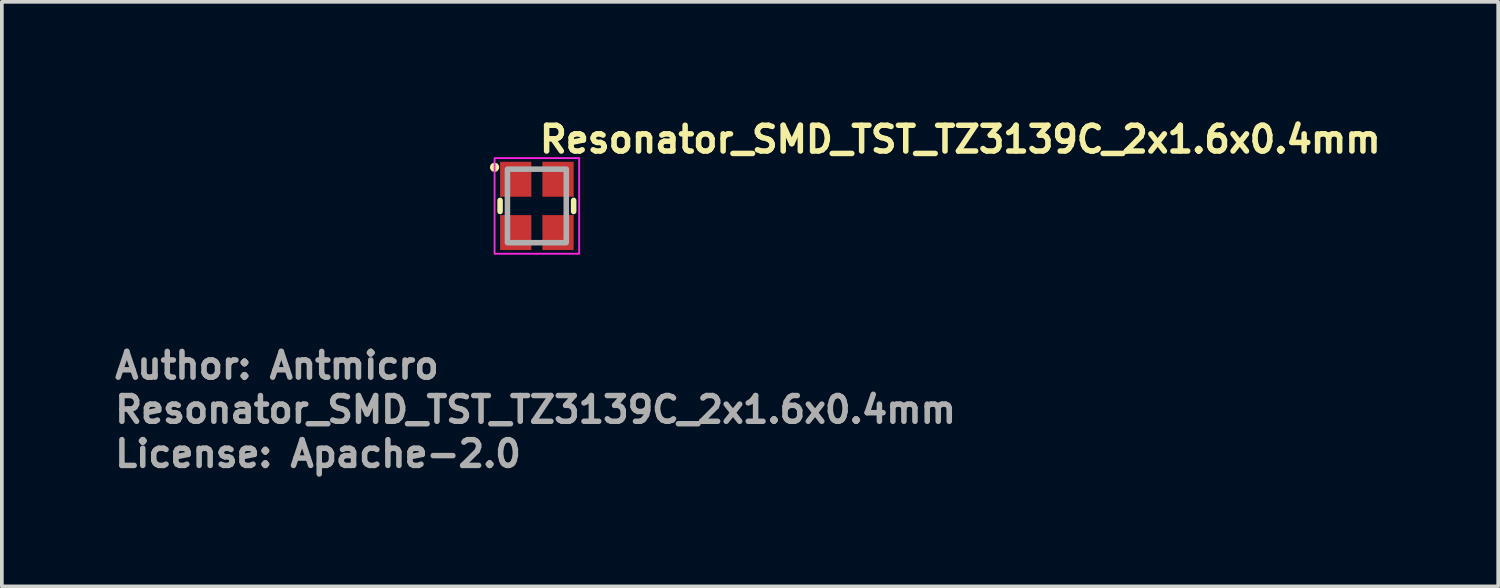
<source format=kicad_pcb>
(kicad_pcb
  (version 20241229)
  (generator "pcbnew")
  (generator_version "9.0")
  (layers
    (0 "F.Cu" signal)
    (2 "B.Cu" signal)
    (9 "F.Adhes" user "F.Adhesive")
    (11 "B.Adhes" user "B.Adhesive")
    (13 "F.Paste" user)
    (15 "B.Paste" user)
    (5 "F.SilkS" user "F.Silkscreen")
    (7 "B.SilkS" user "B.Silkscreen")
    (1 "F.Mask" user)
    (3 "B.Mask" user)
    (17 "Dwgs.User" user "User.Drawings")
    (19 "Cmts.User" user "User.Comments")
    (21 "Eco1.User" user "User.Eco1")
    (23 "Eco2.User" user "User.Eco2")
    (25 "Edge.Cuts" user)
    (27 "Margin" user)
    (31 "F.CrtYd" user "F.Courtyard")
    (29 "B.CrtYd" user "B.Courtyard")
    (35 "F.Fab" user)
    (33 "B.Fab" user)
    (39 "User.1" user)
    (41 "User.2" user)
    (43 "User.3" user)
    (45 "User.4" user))
  (footprint "Resonator_SMD_TST_TZ3139C_2x1.6x0.4mm"
    (layer "F.Cu")
    (at 11.55 2.55)
    (property "Reference" "Resonator_SMD_TST_TZ3139C_2x1.6x0.4mm" (at 0 -1.4 0) (unlocked yes) (layer "F.SilkS") (effects (font (size 0.7 0.7) (thickness 0.15)) (justify left bottom)))
    (attr smd)
    (fp_line (start -1 -0.15) (end -1 0.15) (stroke (width 0.15) (type default)) (layer "F.SilkS"))
    (fp_line (start 1 -0.15) (end 1 0.15) (stroke (width 0.15) (type default)) (layer "F.SilkS"))
    (fp_circle (center -1.15 -1.05) (end -1.1 -1.05) (stroke (width 0.15) (type solid)) (fill yes) (layer "F.SilkS"))
    (fp_rect (start -1.15 -1.3) (end 1.15 1.3) (stroke (width 0.05) (type solid)) (fill no) (layer "F.CrtYd"))
    (fp_rect (start -0.8 -1) (end 0.8 1) (stroke (width 0.15) (type solid)) (fill no) (layer "F.Fab"))
    (fp_rect (start -0.8 -1) (end 0.8 1) (stroke (width 0.1) (type solid)) (fill no) (layer "User.5"))
    (fp_line (start -0.8 -0.938) (end -0.8 -0.262) (stroke (width 0.02) (type solid)) (layer "User.9"))
    (fp_line (start -0.8 -0.262) (end -0.789 -0.261) (stroke (width 0.02) (type solid)) (layer "User.9"))
    (fp_line (start -0.8 -0.262) (end -0.789 -0.261) (stroke (width 0.02) (type solid)) (layer "User.9"))
    (fp_line (start -0.8 0.262) (end -0.8 0.938) (stroke (width 0.02) (type solid)) (layer "User.9"))
    (fp_line (start -0.8 0.938) (end -0.789 0.939) (stroke (width 0.02) (type solid)) (layer "User.9"))
    (fp_line (start -0.789 -0.939) (end -0.8 -0.938) (stroke (width 0.02) (type solid)) (layer "User.9"))
    (fp_line (start -0.789 -0.261) (end -0.777 -0.258) (stroke (width 0.02) (type solid)) (layer "User.9"))
    (fp_line (start -0.789 -0.261) (end -0.777 -0.258) (stroke (width 0.02) (type solid)) (layer "User.9"))
    (fp_line (start -0.789 0.261) (end -0.8 0.262) (stroke (width 0.02) (type solid)) (layer "User.9"))
    (fp_line (start -0.789 0.939) (end -0.777 0.942) (stroke (width 0.02) (type solid)) (layer "User.9"))
    (fp_line (start -0.777 -0.942) (end -0.789 -0.939) (stroke (width 0.02) (type solid)) (layer "User.9"))
    (fp_line (start -0.777 -0.258) (end -0.766 -0.252) (stroke (width 0.02) (type solid)) (layer "User.9"))
    (fp_line (start -0.777 -0.258) (end -0.766 -0.252) (stroke (width 0.02) (type solid)) (layer "User.9"))
    (fp_line (start -0.777 0.258) (end -0.789 0.261) (stroke (width 0.02) (type solid)) (layer "User.9"))
    (fp_line (start -0.777 0.942) (end -0.766 0.948) (stroke (width 0.02) (type solid)) (layer "User.9"))
    (fp_line (start -0.766 -0.948) (end -0.777 -0.942) (stroke (width 0.02) (type solid)) (layer "User.9"))
    (fp_line (start -0.766 -0.252) (end -0.756 -0.244) (stroke (width 0.02) (type solid)) (layer "User.9"))
    (fp_line (start -0.766 -0.252) (end -0.756 -0.244) (stroke (width 0.02) (type solid)) (layer "User.9"))
    (fp_line (start -0.766 0.252) (end -0.777 0.258) (stroke (width 0.02) (type solid)) (layer "User.9"))
    (fp_line (start -0.766 0.948) (end -0.756 0.956) (stroke (width 0.02) (type solid)) (layer "User.9"))
    (fp_line (start -0.756 -0.956) (end -0.766 -0.948) (stroke (width 0.02) (type solid)) (layer "User.9"))
    (fp_line (start -0.756 -0.244) (end -0.748 -0.234) (stroke (width 0.02) (type solid)) (layer "User.9"))
    (fp_line (start -0.756 -0.244) (end -0.748 -0.234) (stroke (width 0.02) (type solid)) (layer "User.9"))
    (fp_line (start -0.756 0.244) (end -0.766 0.252) (stroke (width 0.02) (type solid)) (layer "User.9"))
    (fp_line (start -0.756 0.956) (end -0.748 0.966) (stroke (width 0.02) (type solid)) (layer "User.9"))
    (fp_line (start -0.748 -0.966) (end -0.756 -0.956) (stroke (width 0.02) (type solid)) (layer "User.9"))
    (fp_line (start -0.748 -0.234) (end -0.742 -0.223) (stroke (width 0.02) (type solid)) (layer "User.9"))
    (fp_line (start -0.748 -0.234) (end -0.742 -0.223) (stroke (width 0.02) (type solid)) (layer "User.9"))
    (fp_line (start -0.748 0.234) (end -0.756 0.244) (stroke (width 0.02) (type solid)) (layer "User.9"))
    (fp_line (start -0.748 0.966) (end -0.742 0.977) (stroke (width 0.02) (type solid)) (layer "User.9"))
    (fp_line (start -0.742 -0.977) (end -0.748 -0.966) (stroke (width 0.02) (type solid)) (layer "User.9"))
    (fp_line (start -0.742 -0.223) (end -0.739 -0.211) (stroke (width 0.02) (type solid)) (layer "User.9"))
    (fp_line (start -0.742 -0.223) (end -0.739 -0.211) (stroke (width 0.02) (type solid)) (layer "User.9"))
    (fp_line (start -0.742 0.223) (end -0.748 0.234) (stroke (width 0.02) (type solid)) (layer "User.9"))
    (fp_line (start -0.742 0.977) (end -0.739 0.989) (stroke (width 0.02) (type solid)) (layer "User.9"))
    (fp_line (start -0.739 -0.989) (end -0.742 -0.977) (stroke (width 0.02) (type solid)) (layer "User.9"))
    (fp_line (start -0.739 -0.211) (end -0.738 -0.2) (stroke (width 0.02) (type solid)) (layer "User.9"))
    (fp_line (start -0.739 -0.211) (end -0.738 -0.2) (stroke (width 0.02) (type solid)) (layer "User.9"))
    (fp_line (start -0.739 0.211) (end -0.742 0.223) (stroke (width 0.02) (type solid)) (layer "User.9"))
    (fp_line (start -0.739 0.989) (end -0.738 1) (stroke (width 0.02) (type solid)) (layer "User.9"))
    (fp_line (start -0.738 -1) (end -0.739 -0.989) (stroke (width 0.02) (type solid)) (layer "User.9"))
    (fp_line (start -0.738 -0.2) (end -0.738 0.2) (stroke (width 0.02) (type solid)) (layer "User.9"))
    (fp_line (start -0.738 0.2) (end -0.739 0.211) (stroke (width 0.02) (type solid)) (layer "User.9"))
    (fp_line (start -0.738 1) (end 0.738 1) (stroke (width 0.02) (type solid)) (layer "User.9"))
    (fp_line (start -0.7 -0.825) (end -0.7 0.825) (stroke (width 0.02) (type solid)) (layer "User.9"))
    (fp_line (start -0.7 -0.825) (end -0.698 -0.843) (stroke (width 0.02) (type solid)) (layer "User.9"))
    (fp_line (start -0.7 -0.825) (end -0.698 -0.843) (stroke (width 0.02) (type solid)) (layer "User.9"))
    (fp_line (start -0.7 0.825) (end -0.698 0.843) (stroke (width 0.02) (type solid)) (layer "User.9"))
    (fp_line (start -0.7 0.825) (end -0.698 0.843) (stroke (width 0.02) (type solid)) (layer "User.9"))
    (fp_line (start -0.698 -0.843) (end -0.693 -0.862) (stroke (width 0.02) (type solid)) (layer "User.9"))
    (fp_line (start -0.698 -0.843) (end -0.693 -0.862) (stroke (width 0.02) (type solid)) (layer "User.9"))
    (fp_line (start -0.698 0.843) (end -0.693 0.862) (stroke (width 0.02) (type solid)) (layer "User.9"))
    (fp_line (start -0.698 0.843) (end -0.693 0.862) (stroke (width 0.02) (type solid)) (layer "User.9"))
    (fp_line (start -0.693 -0.862) (end -0.684 -0.88) (stroke (width 0.02) (type solid)) (layer "User.9"))
    (fp_line (start -0.693 -0.862) (end -0.684 -0.88) (stroke (width 0.02) (type solid)) (layer "User.9"))
    (fp_line (start -0.693 0.862) (end -0.684 0.88) (stroke (width 0.02) (type solid)) (layer "User.9"))
    (fp_line (start -0.693 0.862) (end -0.684 0.88) (stroke (width 0.02) (type solid)) (layer "User.9"))
    (fp_line (start -0.684 -0.88) (end -0.671 -0.896) (stroke (width 0.02) (type solid)) (layer "User.9"))
    (fp_line (start -0.684 -0.88) (end -0.671 -0.896) (stroke (width 0.02) (type solid)) (layer "User.9"))
    (fp_line (start -0.684 0.88) (end -0.671 0.896) (stroke (width 0.02) (type solid)) (layer "User.9"))
    (fp_line (start -0.684 0.88) (end -0.671 0.896) (stroke (width 0.02) (type solid)) (layer "User.9"))
    (fp_line (start -0.671 -0.896) (end -0.655 -0.909) (stroke (width 0.02) (type solid)) (layer "User.9"))
    (fp_line (start -0.671 -0.896) (end -0.655 -0.909) (stroke (width 0.02) (type solid)) (layer "User.9"))
    (fp_line (start -0.671 0.896) (end -0.655 0.909) (stroke (width 0.02) (type solid)) (layer "User.9"))
    (fp_line (start -0.671 0.896) (end -0.655 0.909) (stroke (width 0.02) (type solid)) (layer "User.9"))
    (fp_line (start -0.655 -0.909) (end -0.637 -0.918) (stroke (width 0.02) (type solid)) (layer "User.9"))
    (fp_line (start -0.655 -0.909) (end -0.637 -0.918) (stroke (width 0.02) (type solid)) (layer "User.9"))
    (fp_line (start -0.655 0.909) (end -0.637 0.918) (stroke (width 0.02) (type solid)) (layer "User.9"))
    (fp_line (start -0.655 0.909) (end -0.637 0.918) (stroke (width 0.02) (type solid)) (layer "User.9"))
    (fp_line (start -0.637 -0.918) (end -0.618 -0.923) (stroke (width 0.02) (type solid)) (layer "User.9"))
    (fp_line (start -0.637 -0.918) (end -0.618 -0.923) (stroke (width 0.02) (type solid)) (layer "User.9"))
    (fp_line (start -0.637 0.918) (end -0.618 0.923) (stroke (width 0.02) (type solid)) (layer "User.9"))
    (fp_line (start -0.637 0.918) (end -0.618 0.923) (stroke (width 0.02) (type solid)) (layer "User.9"))
    (fp_line (start -0.618 -0.923) (end -0.6 -0.925) (stroke (width 0.02) (type solid)) (layer "User.9"))
    (fp_line (start -0.618 -0.923) (end -0.6 -0.925) (stroke (width 0.02) (type solid)) (layer "User.9"))
    (fp_line (start -0.618 0.923) (end -0.6 0.925) (stroke (width 0.02) (type solid)) (layer "User.9"))
    (fp_line (start -0.618 0.923) (end -0.6 0.925) (stroke (width 0.02) (type solid)) (layer "User.9"))
    (fp_line (start -0.6 -0.925) (end 0.6 -0.925) (stroke (width 0.02) (type solid)) (layer "User.9"))
    (fp_line (start -0.6 0.925) (end 0.6 0.925) (stroke (width 0.02) (type solid)) (layer "User.9"))
    (fp_line (start -0.525 -0.65) (end -0.523 -0.627) (stroke (width 0.02) (type solid)) (layer "User.9"))
    (fp_line (start -0.525 -0.65) (end -0.523 -0.627) (stroke (width 0.02) (type solid)) (layer "User.9"))
    (fp_line (start -0.523 -0.673) (end -0.525 -0.65) (stroke (width 0.02) (type solid)) (layer "User.9"))
    (fp_line (start -0.523 -0.673) (end -0.525 -0.65) (stroke (width 0.02) (type solid)) (layer "User.9"))
    (fp_line (start -0.523 -0.627) (end -0.516 -0.604) (stroke (width 0.02) (type solid)) (layer "User.9"))
    (fp_line (start -0.523 -0.627) (end -0.516 -0.604) (stroke (width 0.02) (type solid)) (layer "User.9"))
    (fp_line (start -0.516 -0.696) (end -0.523 -0.673) (stroke (width 0.02) (type solid)) (layer "User.9"))
    (fp_line (start -0.516 -0.696) (end -0.523 -0.673) (stroke (width 0.02) (type solid)) (layer "User.9"))
    (fp_line (start -0.516 -0.604) (end -0.505 -0.582) (stroke (width 0.02) (type solid)) (layer "User.9"))
    (fp_line (start -0.516 -0.604) (end -0.505 -0.582) (stroke (width 0.02) (type solid)) (layer "User.9"))
    (fp_line (start -0.505 -0.718) (end -0.516 -0.696) (stroke (width 0.02) (type solid)) (layer "User.9"))
    (fp_line (start -0.505 -0.718) (end -0.516 -0.696) (stroke (width 0.02) (type solid)) (layer "User.9"))
    (fp_line (start -0.505 -0.582) (end -0.488 -0.562) (stroke (width 0.02) (type solid)) (layer "User.9"))
    (fp_line (start -0.505 -0.582) (end -0.488 -0.562) (stroke (width 0.02) (type solid)) (layer "User.9"))
    (fp_line (start -0.488 -0.738) (end -0.505 -0.718) (stroke (width 0.02) (type solid)) (layer "User.9"))
    (fp_line (start -0.488 -0.738) (end -0.505 -0.718) (stroke (width 0.02) (type solid)) (layer "User.9"))
    (fp_line (start -0.488 -0.562) (end -0.468 -0.545) (stroke (width 0.02) (type solid)) (layer "User.9"))
    (fp_line (start -0.488 -0.562) (end -0.468 -0.545) (stroke (width 0.02) (type solid)) (layer "User.9"))
    (fp_line (start -0.468 -0.755) (end -0.488 -0.738) (stroke (width 0.02) (type solid)) (layer "User.9"))
    (fp_line (start -0.468 -0.755) (end -0.488 -0.738) (stroke (width 0.02) (type solid)) (layer "User.9"))
    (fp_line (start -0.468 -0.545) (end -0.446 -0.534) (stroke (width 0.02) (type solid)) (layer "User.9"))
    (fp_line (start -0.468 -0.545) (end -0.446 -0.534) (stroke (width 0.02) (type solid)) (layer "User.9"))
    (fp_line (start -0.446 -0.766) (end -0.468 -0.755) (stroke (width 0.02) (type solid)) (layer "User.9"))
    (fp_line (start -0.446 -0.766) (end -0.468 -0.755) (stroke (width 0.02) (type solid)) (layer "User.9"))
    (fp_line (start -0.446 -0.534) (end -0.423 -0.527) (stroke (width 0.02) (type solid)) (layer "User.9"))
    (fp_line (start -0.446 -0.534) (end -0.423 -0.527) (stroke (width 0.02) (type solid)) (layer "User.9"))
    (fp_line (start -0.423 -0.773) (end -0.446 -0.766) (stroke (width 0.02) (type solid)) (layer "User.9"))
    (fp_line (start -0.423 -0.773) (end -0.446 -0.766) (stroke (width 0.02) (type solid)) (layer "User.9"))
    (fp_line (start -0.423 -0.527) (end -0.4 -0.525) (stroke (width 0.02) (type solid)) (layer "User.9"))
    (fp_line (start -0.423 -0.527) (end -0.4 -0.525) (stroke (width 0.02) (type solid)) (layer "User.9"))
    (fp_line (start -0.4 -0.775) (end -0.423 -0.773) (stroke (width 0.02) (type solid)) (layer "User.9"))
    (fp_line (start -0.4 -0.775) (end -0.423 -0.773) (stroke (width 0.02) (type solid)) (layer "User.9"))
    (fp_line (start -0.4 -0.525) (end -0.377 -0.527) (stroke (width 0.02) (type solid)) (layer "User.9"))
    (fp_line (start -0.4 -0.525) (end -0.377 -0.527) (stroke (width 0.02) (type solid)) (layer "User.9"))
    (fp_line (start -0.377 -0.773) (end -0.4 -0.775) (stroke (width 0.02) (type solid)) (layer "User.9"))
    (fp_line (start -0.377 -0.773) (end -0.4 -0.775) (stroke (width 0.02) (type solid)) (layer "User.9"))
    (fp_line (start -0.377 -0.527) (end -0.354 -0.534) (stroke (width 0.02) (type solid)) (layer "User.9"))
    (fp_line (start -0.377 -0.527) (end -0.354 -0.534) (stroke (width 0.02) (type solid)) (layer "User.9"))
    (fp_line (start -0.354 -0.766) (end -0.377 -0.773) (stroke (width 0.02) (type solid)) (layer "User.9"))
    (fp_line (start -0.354 -0.766) (end -0.377 -0.773) (stroke (width 0.02) (type solid)) (layer "User.9"))
    (fp_line (start -0.354 -0.534) (end -0.332 -0.545) (stroke (width 0.02) (type solid)) (layer "User.9"))
    (fp_line (start -0.354 -0.534) (end -0.332 -0.545) (stroke (width 0.02) (type solid)) (layer "User.9"))
    (fp_line (start -0.332 -0.755) (end -0.354 -0.766) (stroke (width 0.02) (type solid)) (layer "User.9"))
    (fp_line (start -0.332 -0.755) (end -0.354 -0.766) (stroke (width 0.02) (type solid)) (layer "User.9"))
    (fp_line (start -0.332 -0.545) (end -0.312 -0.562) (stroke (width 0.02) (type solid)) (layer "User.9"))
    (fp_line (start -0.332 -0.545) (end -0.312 -0.562) (stroke (width 0.02) (type solid)) (layer "User.9"))
    (fp_line (start -0.312 -0.738) (end -0.332 -0.755) (stroke (width 0.02) (type solid)) (layer "User.9"))
    (fp_line (start -0.312 -0.738) (end -0.332 -0.755) (stroke (width 0.02) (type solid)) (layer "User.9"))
    (fp_line (start -0.312 -0.562) (end -0.295 -0.582) (stroke (width 0.02) (type solid)) (layer "User.9"))
    (fp_line (start -0.312 -0.562) (end -0.295 -0.582) (stroke (width 0.02) (type solid)) (layer "User.9"))
    (fp_line (start -0.295 -0.718) (end -0.312 -0.738) (stroke (width 0.02) (type solid)) (layer "User.9"))
    (fp_line (start -0.295 -0.718) (end -0.312 -0.738) (stroke (width 0.02) (type solid)) (layer "User.9"))
    (fp_line (start -0.295 -0.582) (end -0.284 -0.604) (stroke (width 0.02) (type solid)) (layer "User.9"))
    (fp_line (start -0.295 -0.582) (end -0.284 -0.604) (stroke (width 0.02) (type solid)) (layer "User.9"))
    (fp_line (start -0.284 -0.696) (end -0.295 -0.718) (stroke (width 0.02) (type solid)) (layer "User.9"))
    (fp_line (start -0.284 -0.696) (end -0.295 -0.718) (stroke (width 0.02) (type solid)) (layer "User.9"))
    (fp_line (start -0.284 -0.604) (end -0.277 -0.627) (stroke (width 0.02) (type solid)) (layer "User.9"))
    (fp_line (start -0.284 -0.604) (end -0.277 -0.627) (stroke (width 0.02) (type solid)) (layer "User.9"))
    (fp_line (start -0.277 -0.673) (end -0.284 -0.696) (stroke (width 0.02) (type solid)) (layer "User.9"))
    (fp_line (start -0.277 -0.673) (end -0.284 -0.696) (stroke (width 0.02) (type solid)) (layer "User.9"))
    (fp_line (start -0.277 -0.627) (end -0.275 -0.65) (stroke (width 0.02) (type solid)) (layer "User.9"))
    (fp_line (start -0.277 -0.627) (end -0.275 -0.65) (stroke (width 0.02) (type solid)) (layer "User.9"))
    (fp_line (start -0.275 -0.65) (end -0.277 -0.673) (stroke (width 0.02) (type solid)) (layer "User.9"))
    (fp_line (start -0.275 -0.65) (end -0.277 -0.673) (stroke (width 0.02) (type solid)) (layer "User.9"))
    (fp_line (start 0.6 -0.925) (end 0.618 -0.923) (stroke (width 0.02) (type solid)) (layer "User.9"))
    (fp_line (start 0.6 -0.925) (end 0.618 -0.923) (stroke (width 0.02) (type solid)) (layer "User.9"))
    (fp_line (start 0.618 -0.923) (end 0.637 -0.918) (stroke (width 0.02) (type solid)) (layer "User.9"))
    (fp_line (start 0.618 -0.923) (end 0.637 -0.918) (stroke (width 0.02) (type solid)) (layer "User.9"))
    (fp_line (start 0.618 0.923) (end 0.6 0.925) (stroke (width 0.02) (type solid)) (layer "User.9"))
    (fp_line (start 0.618 0.923) (end 0.6 0.925) (stroke (width 0.02) (type solid)) (layer "User.9"))
    (fp_line (start 0.637 -0.918) (end 0.655 -0.909) (stroke (width 0.02) (type solid)) (layer "User.9"))
    (fp_line (start 0.637 -0.918) (end 0.655 -0.909) (stroke (width 0.02) (type solid)) (layer "User.9"))
    (fp_line (start 0.637 0.918) (end 0.618 0.923) (stroke (width 0.02) (type solid)) (layer "User.9"))
    (fp_line (start 0.637 0.918) (end 0.618 0.923) (stroke (width 0.02) (type solid)) (layer "User.9"))
    (fp_line (start 0.655 -0.909) (end 0.671 -0.896) (stroke (width 0.02) (type solid)) (layer "User.9"))
    (fp_line (start 0.655 -0.909) (end 0.671 -0.896) (stroke (width 0.02) (type solid)) (layer "User.9"))
    (fp_line (start 0.655 0.909) (end 0.637 0.918) (stroke (width 0.02) (type solid)) (layer "User.9"))
    (fp_line (start 0.655 0.909) (end 0.637 0.918) (stroke (width 0.02) (type solid)) (layer "User.9"))
    (fp_line (start 0.671 -0.896) (end 0.684 -0.88) (stroke (width 0.02) (type solid)) (layer "User.9"))
    (fp_line (start 0.671 -0.896) (end 0.684 -0.88) (stroke (width 0.02) (type solid)) (layer "User.9"))
    (fp_line (start 0.671 0.896) (end 0.655 0.909) (stroke (width 0.02) (type solid)) (layer "User.9"))
    (fp_line (start 0.671 0.896) (end 0.655 0.909) (stroke (width 0.02) (type solid)) (layer "User.9"))
    (fp_line (start 0.684 -0.88) (end 0.693 -0.862) (stroke (width 0.02) (type solid)) (layer "User.9"))
    (fp_line (start 0.684 -0.88) (end 0.693 -0.862) (stroke (width 0.02) (type solid)) (layer "User.9"))
    (fp_line (start 0.684 0.88) (end 0.671 0.896) (stroke (width 0.02) (type solid)) (layer "User.9"))
    (fp_line (start 0.684 0.88) (end 0.671 0.896) (stroke (width 0.02) (type solid)) (layer "User.9"))
    (fp_line (start 0.693 -0.862) (end 0.698 -0.843) (stroke (width 0.02) (type solid)) (layer "User.9"))
    (fp_line (start 0.693 -0.862) (end 0.698 -0.843) (stroke (width 0.02) (type solid)) (layer "User.9"))
    (fp_line (start 0.693 0.862) (end 0.684 0.88) (stroke (width 0.02) (type solid)) (layer "User.9"))
    (fp_line (start 0.693 0.862) (end 0.684 0.88) (stroke (width 0.02) (type solid)) (layer "User.9"))
    (fp_line (start 0.698 -0.843) (end 0.7 -0.825) (stroke (width 0.02) (type solid)) (layer "User.9"))
    (fp_line (start 0.698 -0.843) (end 0.7 -0.825) (stroke (width 0.02) (type solid)) (layer "User.9"))
    (fp_line (start 0.698 0.843) (end 0.693 0.862) (stroke (width 0.02) (type solid)) (layer "User.9"))
    (fp_line (start 0.698 0.843) (end 0.693 0.862) (stroke (width 0.02) (type solid)) (layer "User.9"))
    (fp_line (start 0.7 -0.825) (end 0.7 0.825) (stroke (width 0.02) (type solid)) (layer "User.9"))
    (fp_line (start 0.7 0.825) (end 0.698 0.843) (stroke (width 0.02) (type solid)) (layer "User.9"))
    (fp_line (start 0.7 0.825) (end 0.698 0.843) (stroke (width 0.02) (type solid)) (layer "User.9"))
    (fp_line (start 0.738 -1) (end -0.738 -1) (stroke (width 0.02) (type solid)) (layer "User.9"))
    (fp_line (start 0.738 -0.2) (end 0.739 -0.211) (stroke (width 0.02) (type solid)) (layer "User.9"))
    (fp_line (start 0.738 0.2) (end 0.738 -0.2) (stroke (width 0.02) (type solid)) (layer "User.9"))
    (fp_line (start 0.738 1) (end 0.739 0.989) (stroke (width 0.02) (type solid)) (layer "User.9"))
    (fp_line (start 0.739 -0.989) (end 0.738 -1) (stroke (width 0.02) (type solid)) (layer "User.9"))
    (fp_line (start 0.739 -0.211) (end 0.742 -0.223) (stroke (width 0.02) (type solid)) (layer "User.9"))
    (fp_line (start 0.739 0.211) (end 0.738 0.2) (stroke (width 0.02) (type solid)) (layer "User.9"))
    (fp_line (start 0.739 0.211) (end 0.738 0.2) (stroke (width 0.02) (type solid)) (layer "User.9"))
    (fp_line (start 0.739 0.989) (end 0.742 0.977) (stroke (width 0.02) (type solid)) (layer "User.9"))
    (fp_line (start 0.742 -0.977) (end 0.739 -0.989) (stroke (width 0.02) (type solid)) (layer "User.9"))
    (fp_line (start 0.742 -0.223) (end 0.748 -0.234) (stroke (width 0.02) (type solid)) (layer "User.9"))
    (fp_line (start 0.742 0.223) (end 0.739 0.211) (stroke (width 0.02) (type solid)) (layer "User.9"))
    (fp_line (start 0.742 0.223) (end 0.739 0.211) (stroke (width 0.02) (type solid)) (layer "User.9"))
    (fp_line (start 0.742 0.977) (end 0.748 0.966) (stroke (width 0.02) (type solid)) (layer "User.9"))
    (fp_line (start 0.748 -0.966) (end 0.742 -0.977) (stroke (width 0.02) (type solid)) (layer "User.9"))
    (fp_line (start 0.748 -0.234) (end 0.756 -0.244) (stroke (width 0.02) (type solid)) (layer "User.9"))
    (fp_line (start 0.748 0.234) (end 0.742 0.223) (stroke (width 0.02) (type solid)) (layer "User.9"))
    (fp_line (start 0.748 0.234) (end 0.742 0.223) (stroke (width 0.02) (type solid)) (layer "User.9"))
    (fp_line (start 0.748 0.966) (end 0.756 0.956) (stroke (width 0.02) (type solid)) (layer "User.9"))
    (fp_line (start 0.756 -0.956) (end 0.748 -0.966) (stroke (width 0.02) (type solid)) (layer "User.9"))
    (fp_line (start 0.756 -0.244) (end 0.766 -0.252) (stroke (width 0.02) (type solid)) (layer "User.9"))
    (fp_line (start 0.756 0.244) (end 0.748 0.234) (stroke (width 0.02) (type solid)) (layer "User.9"))
    (fp_line (start 0.756 0.244) (end 0.748 0.234) (stroke (width 0.02) (type solid)) (layer "User.9"))
    (fp_line (start 0.756 0.956) (end 0.766 0.948) (stroke (width 0.02) (type solid)) (layer "User.9"))
    (fp_line (start 0.766 -0.948) (end 0.756 -0.956) (stroke (width 0.02) (type solid)) (layer "User.9"))
    (fp_line (start 0.766 -0.252) (end 0.777 -0.258) (stroke (width 0.02) (type solid)) (layer "User.9"))
    (fp_line (start 0.766 0.252) (end 0.756 0.244) (stroke (width 0.02) (type solid)) (layer "User.9"))
    (fp_line (start 0.766 0.252) (end 0.756 0.244) (stroke (width 0.02) (type solid)) (layer "User.9"))
    (fp_line (start 0.766 0.948) (end 0.777 0.942) (stroke (width 0.02) (type solid)) (layer "User.9"))
    (fp_line (start 0.777 -0.942) (end 0.766 -0.948) (stroke (width 0.02) (type solid)) (layer "User.9"))
    (fp_line (start 0.777 -0.258) (end 0.789 -0.261) (stroke (width 0.02) (type solid)) (layer "User.9"))
    (fp_line (start 0.777 0.258) (end 0.766 0.252) (stroke (width 0.02) (type solid)) (layer "User.9"))
    (fp_line (start 0.777 0.258) (end 0.766 0.252) (stroke (width 0.02) (type solid)) (layer "User.9"))
    (fp_line (start 0.777 0.942) (end 0.789 0.939) (stroke (width 0.02) (type solid)) (layer "User.9"))
    (fp_line (start 0.789 -0.939) (end 0.777 -0.942) (stroke (width 0.02) (type solid)) (layer "User.9"))
    (fp_line (start 0.789 -0.261) (end 0.8 -0.262) (stroke (width 0.02) (type solid)) (layer "User.9"))
    (fp_line (start 0.789 0.261) (end 0.777 0.258) (stroke (width 0.02) (type solid)) (layer "User.9"))
    (fp_line (start 0.789 0.261) (end 0.777 0.258) (stroke (width 0.02) (type solid)) (layer "User.9"))
    (fp_line (start 0.789 0.939) (end 0.8 0.938) (stroke (width 0.02) (type solid)) (layer "User.9"))
    (fp_line (start 0.8 -0.938) (end 0.789 -0.939) (stroke (width 0.02) (type solid)) (layer "User.9"))
    (fp_line (start 0.8 -0.262) (end 0.8 -0.938) (stroke (width 0.02) (type solid)) (layer "User.9"))
    (fp_line (start 0.8 0.262) (end 0.789 0.261) (stroke (width 0.02) (type solid)) (layer "User.9"))
    (fp_line (start 0.8 0.262) (end 0.789 0.261) (stroke (width 0.02) (type solid)) (layer "User.9"))
    (fp_line (start 0.8 0.938) (end 0.8 0.262) (stroke (width 0.02) (type solid)) (layer "User.9"))
    (fp_text user "${REFERENCE}" (at -11.55 5.95 0) (unlocked yes) (layer "F.Fab") (effects (font (size 0.7 0.7) (thickness 0.15)) (justify left bottom)))
    (fp_text user "License: Apache-2.0" (at -11.55 7.15 0) (layer "F.Fab") (effects (font (size 0.7 0.7) (thickness 0.15)) (justify left bottom)))
    (fp_text user "Author: Antmicro" (at -11.55 4.75 0) (layer "F.Fab") (effects (font (size 0.7 0.7) (thickness 0.15)) (justify left bottom)))
    (pad "1" smd rect (at -0.575 -0.725 270) (size 0.95 0.85) (layers "F.Cu" "F.Mask" "F.Paste"))
    (pad "2" smd rect (at -0.575 0.725 270) (size 0.95 0.85) (layers "F.Cu" "F.Mask" "F.Paste"))
    (pad "3" smd rect (at 0.575 0.725 270) (size 0.95 0.85) (layers "F.Cu" "F.Mask" "F.Paste"))
    (pad "4" smd rect (at 0.575 -0.725 270) (size 0.95 0.85) (layers "F.Cu" "F.Mask" "F.Paste")))
  (gr_rect
    (start -3 -3)
    (end 37.693 12.896)
    (stroke (width 0.1) (type default))
    (fill no)
    (layer "Edge.Cuts")))
</source>
